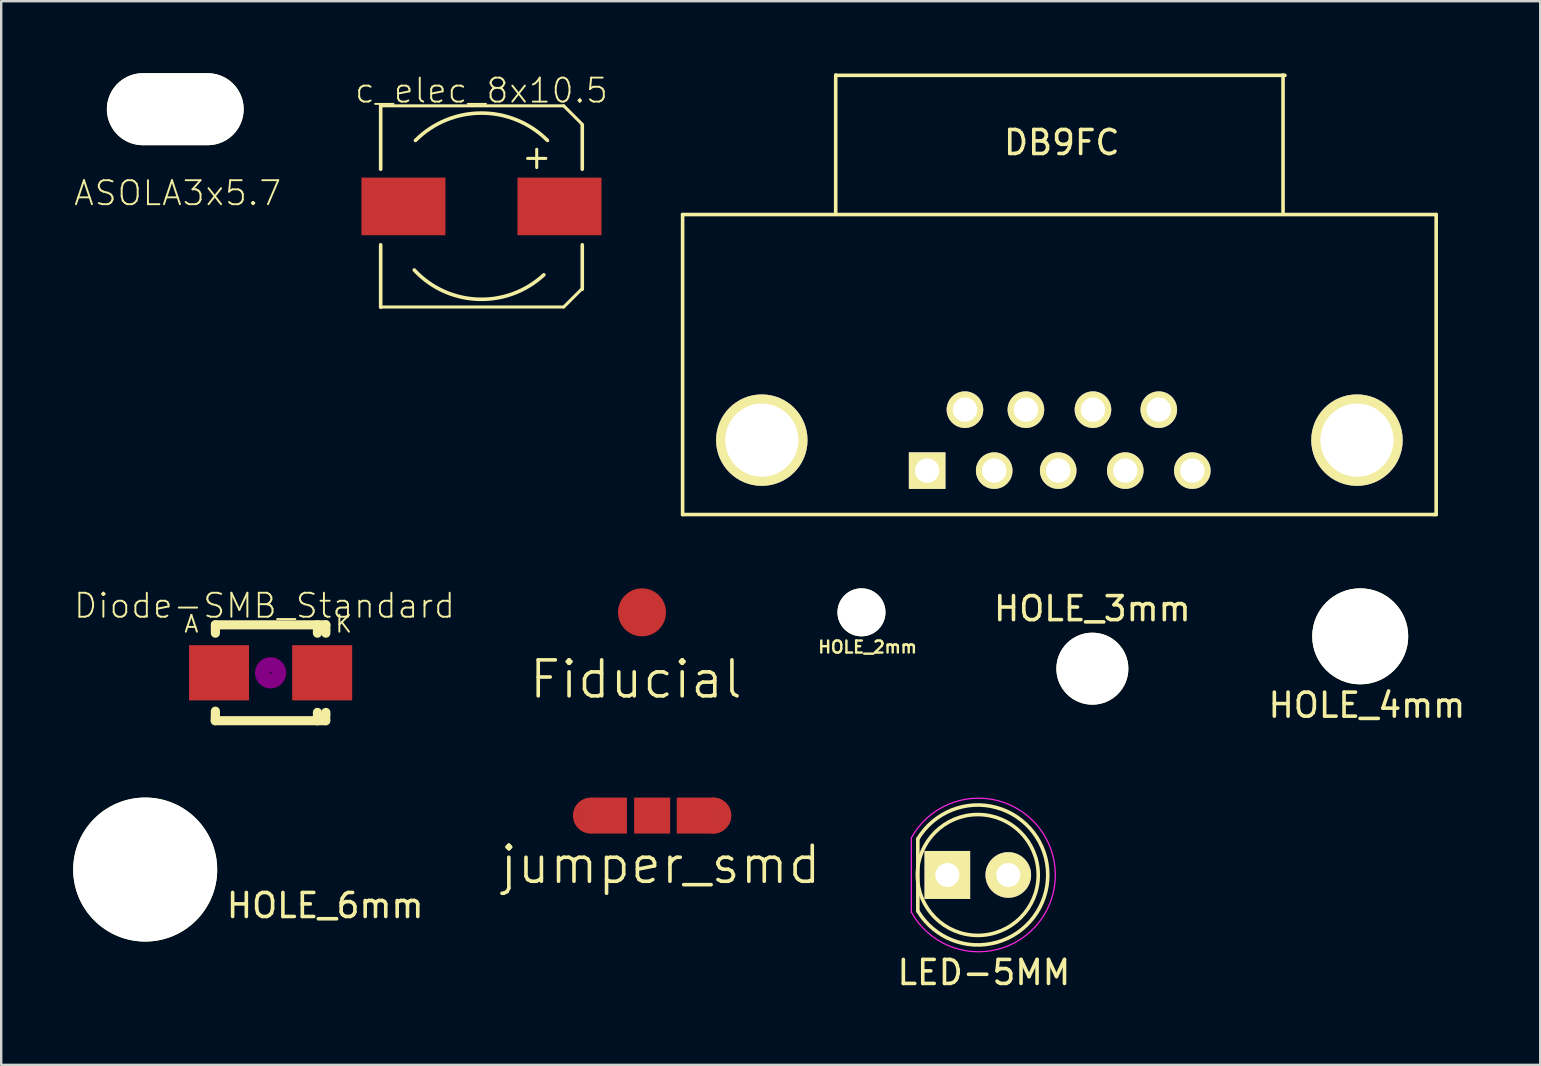
<source format=kicad_pcb>
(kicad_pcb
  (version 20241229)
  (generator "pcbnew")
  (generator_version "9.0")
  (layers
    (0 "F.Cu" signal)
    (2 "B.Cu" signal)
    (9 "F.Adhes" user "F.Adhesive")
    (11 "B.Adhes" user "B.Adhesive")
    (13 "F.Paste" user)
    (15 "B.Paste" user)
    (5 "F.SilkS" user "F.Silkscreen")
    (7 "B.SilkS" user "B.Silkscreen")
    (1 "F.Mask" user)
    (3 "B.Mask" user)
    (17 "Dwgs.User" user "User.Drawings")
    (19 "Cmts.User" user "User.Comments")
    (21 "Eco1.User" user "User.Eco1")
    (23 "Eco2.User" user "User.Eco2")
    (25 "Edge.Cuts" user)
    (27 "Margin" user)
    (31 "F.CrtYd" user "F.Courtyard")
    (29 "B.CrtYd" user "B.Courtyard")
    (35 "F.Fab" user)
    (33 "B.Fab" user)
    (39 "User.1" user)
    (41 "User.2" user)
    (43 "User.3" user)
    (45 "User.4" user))
  (footprint "HOLE_4mm"
    (layer "F.Cu")
    (at 53.628 23.465)
    (property "Reference" "HOLE_4mm" (at 0.279 2.87 0) (layer "F.SilkS") (effects (font (size 1 1) (thickness 0.15))))
    (attr through_hole)
    (pad "" np_thru_hole circle (at 0 0) (size 4 4) (drill 4) (layers "*.Cu" "*.Mask" "F.SilkS")))
  (footprint "HOLE_2mm"
    (layer "F.Cu")
    (at 32.846 22.465)
    (property "Reference" "HOLE_2mm" (at 0.254 1.448 0) (layer "F.SilkS") (effects (font (size 0.5 0.5) (thickness 0.1))))
    (attr through_hole)
    (pad "" np_thru_hole circle (at 0 0) (size 2 2) (drill 2) (layers "*.Cu" "*.Mask" "F.SilkS")))
  (footprint "LED-5MM"
    (layer "F.Cu")
    (at 36.424 33.409)
    (property "Reference" "LED-5MM" (at 1.524 4.064 0) (layer "F.SilkS") (effects (font (size 1 1) (thickness 0.15))))
    (attr through_hole)
    (fp_line (start -1.23 1.5) (end -1.23 -1.5) (stroke (width 0.15) (type solid)) (layer "F.SilkS"))
    (fp_arc (start -1.23 -1.5) (mid 4.18544 -0.014565) (end -1.214888 1.524904) (stroke (width 0.15) (type solid)) (layer "F.SilkS"))
    (fp_circle (center 1.27 0) (end 0.97 -2.5) (stroke (width 0.15) (type solid)) (fill no) (layer "F.SilkS"))
    (fp_line (start -1.5 -1.55) (end -1.5 1.55) (stroke (width 0.05) (type solid)) (layer "F.CrtYd"))
    (fp_arc (start -1.498248 -1.55316) (mid 4.50039 0.001807) (end -1.5 1.55) (stroke (width 0.05) (type solid)) (layer "F.CrtYd"))
    (pad "1" thru_hole circle (at 2.54 0) (size 1.9 1.9) (drill 1.001) (layers "*.Cu" "*.Mask" "F.SilkS"))
    (pad "2" thru_hole rect (at 0 0 90) (size 2 1.9) (drill 1.001) (layers "*.Cu" "*.Mask" "F.SilkS")))
  (footprint "ASOLA3x5.7"
    (layer "F.Cu")
    (at 4.253 1.5)
    (property "Reference" "ASOLA3x5.7" (at 0.1 3.5 0) (layer "F.SilkS") (effects (font (size 1 1) (thickness 0.08))))
    (attr through_hole)
    (pad "" np_thru_hole oval (at 0 0) (size 5.7 3) (drill oval 5.7 3) (layers "*.Cu" "*.Mask" "F.SilkS")))
  (footprint "c_elec_8x10.5"
    (placed yes)
    (layer "F.Cu")
    (at 17.012 5.551)
    (property "Reference" "c_elec_8x10.5" (at 0 -4.826 0) (layer "F.SilkS") (effects (font (size 1 1) (thickness 0.08))))
    (attr through_hole)
    (fp_line (start -4.2 -4.2) (end -4.2 -1.55) (stroke (width 0.15) (type solid)) (layer "F.SilkS"))
    (fp_line (start -4.2 4.2) (end -4.2 1.6) (stroke (width 0.15) (type solid)) (layer "F.SilkS"))
    (fp_line (start -4.191 4.191) (end 3.429 4.191) (stroke (width 0.127) (type solid)) (layer "F.SilkS"))
    (fp_line (start 2.302 -2.381) (end 2.302 -1.619) (stroke (width 0.127) (type solid)) (layer "F.SilkS"))
    (fp_line (start 2.683 -2) (end 1.921 -2) (stroke (width 0.127) (type solid)) (layer "F.SilkS"))
    (fp_line (start 3.429 -4.191) (end -4.191 -4.191) (stroke (width 0.127) (type solid)) (layer "F.SilkS"))
    (fp_line (start 3.429 4.191) (end 4.191 3.429) (stroke (width 0.127) (type solid)) (layer "F.SilkS"))
    (fp_line (start 4.191 -3.429) (end 3.429 -4.191) (stroke (width 0.127) (type solid)) (layer "F.SilkS"))
    (fp_line (start 4.2 -3.4) (end 4.2 -1.55) (stroke (width 0.15) (type solid)) (layer "F.SilkS"))
    (fp_line (start 4.2 3.45) (end 4.2 1.6) (stroke (width 0.15) (type solid)) (layer "F.SilkS"))
    (fp_arc (start -2.75 -2.75) (mid 0 -3.889087) (end 2.75 -2.75) (stroke (width 0.15) (type solid)) (layer "F.SilkS"))
    (fp_arc (start 2.6 2.85) (mid -0.141421 3.868377) (end -2.8 2.65) (stroke (width 0.15) (type solid)) (layer "F.SilkS"))
    (pad "1" smd rect (at 3.251 0) (size 3.5 2.4) (layers "F.Cu" "F.Mask" "F.Paste"))
    (pad "2" smd rect (at -3.251 0) (size 3.5 2.4) (layers "F.Cu" "F.Mask" "F.Paste")))
  (footprint "HOLE_3mm"
    (layer "F.Cu")
    (at 42.467 24.813)
    (property "Reference" "HOLE_3mm" (at 0 -2.5 0) (layer "F.SilkS") (effects (font (size 1 1) (thickness 0.15))))
    (attr through_hole)
    (pad "" np_thru_hole circle (at 0 0) (size 3 3) (drill 3) (layers "*.Cu" "*.Mask" "F.SilkS")))
  (footprint "HOLE_6mm"
    (layer "F.Cu")
    (at 3 33.183)
    (property "Reference" "HOLE_6mm" (at 7.5 1.5 0) (layer "F.SilkS") (effects (font (size 1 1) (thickness 0.15))))
    (attr through_hole)
    (pad "" np_thru_hole circle (at 0 0) (size 6 6) (drill 6) (layers "*.Cu" "*.Mask" "F.SilkS")))
  (footprint "jumper_smd"
    (layer "F.Cu")
    (at 24.124 30.934)
    (property "Reference" "jumper_smd" (at 0.35 2.05 0) (layer "F.SilkS") (effects (font (size 1.5 1.5) (thickness 0.15))))
    (attr through_hole)
    (fp_arc (start -3.225 -0.025) (mid -3.009619 -0.494975) (end -2.525 -0.675) (stroke (width 0.15) (type solid)) (layer "F.Cu"))
    (fp_arc (start -2.55 0.675) (mid -3.027297 0.477297) (end -3.225 0) (stroke (width 0.15) (type solid)) (layer "F.Cu"))
    (fp_arc (start 2.525 -0.675) (mid 3.002297 -0.477297) (end 3.2 0) (stroke (width 0.15) (type solid)) (layer "F.Cu"))
    (fp_arc (start 2.525 -0.675) (mid 3.009619 -0.494975) (end 3.225 -0.025) (stroke (width 0.15) (type solid)) (layer "F.Cu"))
    (fp_arc (start 3.2 0.025) (mid 2.984619 0.494975) (end 2.5 0.675) (stroke (width 0.15) (type solid)) (layer "F.Cu"))
    (fp_arc (start 3.225 0) (mid 3.027297 0.477297) (end 2.55 0.675) (stroke (width 0.15) (type solid)) (layer "F.Cu"))
    (fp_circle (center -2.55 0) (end -2.475 0) (stroke (width 0.15) (type solid)) (fill no) (layer "F.Cu"))
    (fp_circle (center -2.55 0) (end -2.375 0) (stroke (width 0.15) (type solid)) (fill no) (layer "F.Cu"))
    (fp_circle (center -2.55 0) (end -2.25 0.05) (stroke (width 0.15) (type solid)) (fill no) (layer "F.Cu"))
    (fp_circle (center -2.55 0) (end -2.125 0.025) (stroke (width 0.15) (type solid)) (fill no) (layer "F.Cu"))
    (fp_circle (center -2.55 0) (end -2 0.05) (stroke (width 0.15) (type solid)) (fill no) (layer "F.Cu"))
    (fp_circle (center 2.525 0) (end 1.975 -0.05) (stroke (width 0.15) (type solid)) (fill no) (layer "F.Cu"))
    (fp_circle (center 2.525 0) (end 2.1 -0.025) (stroke (width 0.15) (type solid)) (fill no) (layer "F.Cu"))
    (fp_circle (center 2.525 0) (end 2.225 -0.05) (stroke (width 0.15) (type solid)) (fill no) (layer "F.Cu"))
    (fp_circle (center 2.525 0) (end 2.35 0) (stroke (width 0.15) (type solid)) (fill no) (layer "F.Cu"))
    (fp_circle (center 2.525 0) (end 2.45 0) (stroke (width 0.15) (type solid)) (fill no) (layer "F.Cu"))
    (fp_circle (center 2.55 0) (end 2 0.05) (stroke (width 0.15) (type solid)) (fill no) (layer "F.Cu"))
    (fp_circle (center 2.55 0) (end 2.125 0.025) (stroke (width 0.15) (type solid)) (fill no) (layer "F.Cu"))
    (fp_circle (center 2.55 0) (end 2.25 0.05) (stroke (width 0.15) (type solid)) (fill no) (layer "F.Cu"))
    (fp_circle (center 2.55 0) (end 2.475 0) (stroke (width 0.15) (type solid)) (fill no) (layer "F.Cu"))
    (fp_arc (start -3.225 -0.025) (mid -3.009619 -0.494975) (end -2.525 -0.675) (stroke (width 0.15) (type solid)) (layer "F.Mask"))
    (fp_arc (start -2.55 0.675) (mid -3.027297 0.477297) (end -3.225 0) (stroke (width 0.15) (type solid)) (layer "F.Mask"))
    (fp_arc (start 2.525 -0.675) (mid 3.009619 -0.494975) (end 3.225 -0.025) (stroke (width 0.15) (type solid)) (layer "F.Mask"))
    (fp_arc (start 3.225 0) (mid 3.027297 0.477297) (end 2.55 0.675) (stroke (width 0.15) (type solid)) (layer "F.Mask"))
    (fp_circle (center -2.55 0) (end -2.475 0) (stroke (width 0.15) (type solid)) (fill no) (layer "F.Mask"))
    (fp_circle (center -2.55 0) (end -2.375 0) (stroke (width 0.15) (type solid)) (fill no) (layer "F.Mask"))
    (fp_circle (center -2.55 0) (end -2.25 0.05) (stroke (width 0.15) (type solid)) (fill no) (layer "F.Mask"))
    (fp_circle (center -2.55 0) (end -2.125 0.025) (stroke (width 0.15) (type solid)) (fill no) (layer "F.Mask"))
    (fp_circle (center -2.55 0) (end -2 0.05) (stroke (width 0.15) (type solid)) (fill no) (layer "F.Mask"))
    (fp_circle (center 2.55 0) (end 2 0.05) (stroke (width 0.15) (type solid)) (fill no) (layer "F.Mask"))
    (fp_circle (center 2.55 0) (end 2.125 0.025) (stroke (width 0.15) (type solid)) (fill no) (layer "F.Mask"))
    (fp_circle (center 2.55 0) (end 2.25 0.05) (stroke (width 0.15) (type solid)) (fill no) (layer "F.Mask"))
    (fp_circle (center 2.55 0) (end 2.375 0) (stroke (width 0.15) (type solid)) (fill no) (layer "F.Mask"))
    (fp_circle (center 2.55 0) (end 2.475 0) (stroke (width 0.15) (type solid)) (fill no) (layer "F.Mask"))
    (pad "1" smd rect (at -1.8 0) (size 1.5 1.5) (layers "F.Cu" "F.Mask" "F.Paste"))
    (pad "2" smd rect (at 0 0) (size 1.5 1.5) (layers "F.Cu" "F.Mask" "F.Paste"))
    (pad "3" smd rect (at 1.775 0 180) (size 1.5 1.5) (layers "F.Cu" "F.Mask" "F.Paste")))
  (footprint "Diode-SMB_Standard"
    (placed yes)
    (layer "F.Cu")
    (at 8.226 24.984)
    (property "Reference" "Diode-SMB_Standard" (at -0.254 -2.794 0) (layer "F.SilkS") (effects (font (size 1 1) (thickness 0.08))))
    (attr smd)
    (fp_line (start -2.306 1.996) (end -2.306 1.798) (stroke (width 0.381) (type solid)) (layer "F.SilkS"))
    (fp_line (start -2.306 1.996) (end 2.296 1.996) (stroke (width 0.381) (type solid)) (layer "F.SilkS"))
    (fp_line (start -2.301 -1.999) (end -2.301 -1.801) (stroke (width 0.381) (type solid)) (layer "F.SilkS"))
    (fp_line (start -2.301 -1.999) (end 2.301 -1.999) (stroke (width 0.381) (type solid)) (layer "F.SilkS"))
    (fp_line (start -2.301 -1.75) (end -2.301 -1.651) (stroke (width 0.381) (type solid)) (layer "F.SilkS"))
    (fp_line (start -2.301 1.75) (end -2.301 1.6) (stroke (width 0.381) (type solid)) (layer "F.SilkS"))
    (fp_line (start 1.951 -1.999) (end 1.951 -1.801) (stroke (width 0.381) (type solid)) (layer "F.SilkS"))
    (fp_line (start 1.951 -1.75) (end 1.951 -1.651) (stroke (width 0.381) (type solid)) (layer "F.SilkS"))
    (fp_line (start 1.951 1.75) (end 1.951 1.651) (stroke (width 0.381) (type solid)) (layer "F.SilkS"))
    (fp_line (start 1.951 1.999) (end 1.951 1.801) (stroke (width 0.381) (type solid)) (layer "F.SilkS"))
    (fp_line (start 2.296 1.996) (end 2.296 1.798) (stroke (width 0.381) (type solid)) (layer "F.SilkS"))
    (fp_line (start 2.301 -1.999) (end 2.301 -1.801) (stroke (width 0.381) (type solid)) (layer "F.SilkS"))
    (fp_line (start 2.301 -1.75) (end 2.301 -1.651) (stroke (width 0.381) (type solid)) (layer "F.SilkS"))
    (fp_line (start 2.301 1.75) (end 2.301 1.651) (stroke (width 0.381) (type solid)) (layer "F.SilkS"))
    (fp_circle (center 0 0) (end 0.201 0.099) (stroke (width 0.381) (type solid)) (fill no) (layer "F.Adhes"))
    (fp_circle (center 0 0) (end 0.45 0.099) (stroke (width 0.381) (type solid)) (fill no) (layer "F.Adhes"))
    (fp_text user "K" (at 3.048 -2.032 0) (layer "F.SilkS") (effects (font (size 0.7 0.7) (thickness 0.08))))
    (fp_text user "A" (at -3.302 -2.032 0) (layer "F.SilkS") (effects (font (size 0.7 0.7) (thickness 0.08))))
    (pad "1" smd rect (at -2.149 0) (size 2.499 2.301) (layers "F.Cu" "F.Mask" "F.Paste"))
    (pad "2" smd rect (at 2.149 0) (size 2.499 2.301) (layers "F.Cu" "F.Mask" "F.Paste")))
  (footprint "Fiducial"
    (layer "F.Cu")
    (at 23.702 22.465)
    (property "Reference" "Fiducial" (at -0.254 2.794 0) (layer "F.SilkS") (effects (font (size 1.5 1.5) (thickness 0.15))))
    (attr through_hole)
    (pad "1" smd circle (at 0 0) (size 2 2) (layers "F.Cu" "F.Mask" "F.Paste")))
  (footprint "DB9FC"
    (layer "F.Cu")
    (at 41.093 15.29)
    (property "Reference" "DB9FC" (at 0.1 -12.4 0) (layer "F.SilkS") (effects (font (size 1 1) (thickness 0.15))))
    (attr through_hole)
    (fp_line (start -15.7 -9.4) (end -15.7 3.1) (stroke (width 0.15) (type solid)) (layer "F.SilkS"))
    (fp_line (start -15.7 -9.4) (end 15.7 -9.4) (stroke (width 0.15) (type solid)) (layer "F.SilkS"))
    (fp_line (start -15.7 3.1) (end 15.6 3.1) (stroke (width 0.15) (type solid)) (layer "F.SilkS"))
    (fp_line (start -9.32 -15.215) (end -9.32 -9.5) (stroke (width 0.15) (type solid)) (layer "F.SilkS"))
    (fp_line (start -9.3 -15.2) (end 9.4 -15.2) (stroke (width 0.15) (type solid)) (layer "F.SilkS"))
    (fp_line (start 9.32 -15.215) (end 9.32 -9.5) (stroke (width 0.15) (type solid)) (layer "F.SilkS"))
    (fp_line (start 15.6 3.1) (end 15.7 3.1) (stroke (width 0.15) (type solid)) (layer "F.SilkS"))
    (fp_line (start 15.7 3.1) (end 15.7 -9.4) (stroke (width 0.15) (type solid)) (layer "F.SilkS"))
    (pad "" thru_hole circle (at -12.4 0) (size 3.81 3.81) (drill 3.048) (layers "*.Cu" "*.Mask" "F.SilkS"))
    (pad "" thru_hole circle (at 12.4 0) (size 3.81 3.81) (drill 3.048) (layers "*.Cu" "*.Mask" "F.SilkS"))
    (pad "1" thru_hole rect (at -5.51 1.27) (size 1.524 1.524) (drill 1.016) (layers "*.Cu" "*.Mask" "F.SilkS"))
    (pad "2" thru_hole circle (at -2.716 1.27) (size 1.524 1.524) (drill 1.016) (layers "*.Cu" "*.Mask" "F.SilkS"))
    (pad "3" thru_hole circle (at -0.049 1.27) (size 1.524 1.524) (drill 1.016) (layers "*.Cu" "*.Mask" "F.SilkS"))
    (pad "4" thru_hole circle (at 2.745 1.27) (size 1.524 1.524) (drill 1.016) (layers "*.Cu" "*.Mask" "F.SilkS"))
    (pad "5" thru_hole circle (at 5.539 1.27) (size 1.524 1.524) (drill 1.016) (layers "*.Cu" "*.Mask" "F.SilkS"))
    (pad "6" thru_hole circle (at -3.935 -1.27) (size 1.524 1.524) (drill 1.016) (layers "*.Cu" "*.Mask" "F.SilkS"))
    (pad "7" thru_hole circle (at -1.395 -1.27) (size 1.524 1.524) (drill 1.016) (layers "*.Cu" "*.Mask" "F.SilkS"))
    (pad "8" thru_hole circle (at 1.399 -1.27) (size 1.524 1.524) (drill 1.016) (layers "*.Cu" "*.Mask" "F.SilkS"))
    (pad "9" thru_hole circle (at 4.142 -1.27) (size 1.524 1.524) (drill 1.016) (layers "*.Cu" "*.Mask" "F.SilkS")))
  (gr_rect
    (start -3 -3)
    (end 61.128 41.321)
    (stroke (width 0.1) (type default))
    (fill no)
    (layer "Edge.Cuts")))
</source>
